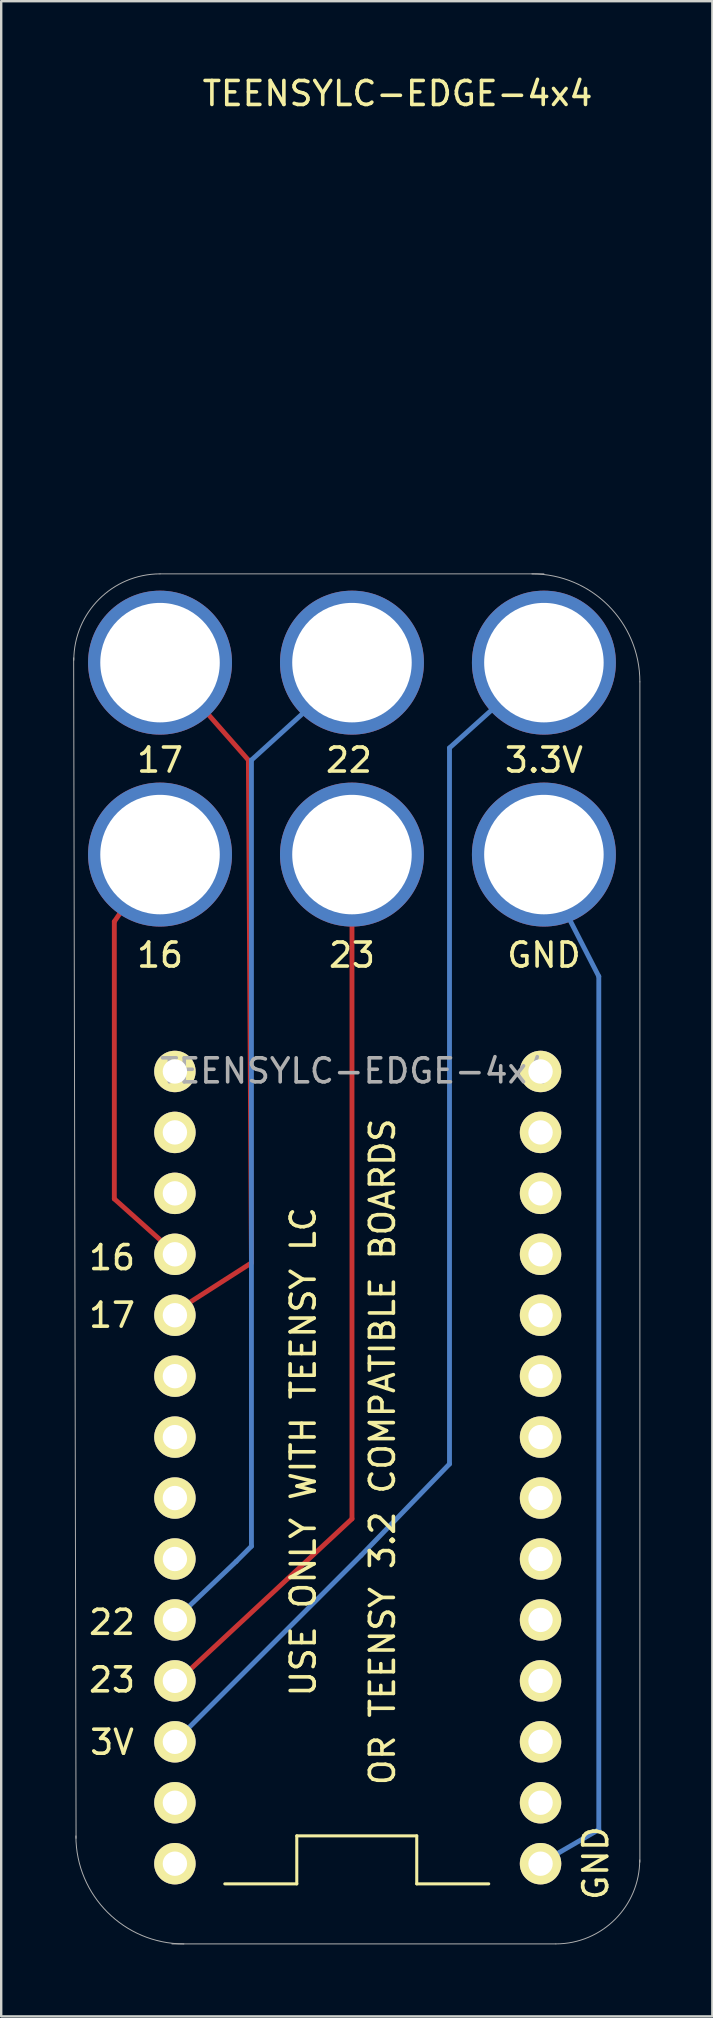
<source format=kicad_pcb>
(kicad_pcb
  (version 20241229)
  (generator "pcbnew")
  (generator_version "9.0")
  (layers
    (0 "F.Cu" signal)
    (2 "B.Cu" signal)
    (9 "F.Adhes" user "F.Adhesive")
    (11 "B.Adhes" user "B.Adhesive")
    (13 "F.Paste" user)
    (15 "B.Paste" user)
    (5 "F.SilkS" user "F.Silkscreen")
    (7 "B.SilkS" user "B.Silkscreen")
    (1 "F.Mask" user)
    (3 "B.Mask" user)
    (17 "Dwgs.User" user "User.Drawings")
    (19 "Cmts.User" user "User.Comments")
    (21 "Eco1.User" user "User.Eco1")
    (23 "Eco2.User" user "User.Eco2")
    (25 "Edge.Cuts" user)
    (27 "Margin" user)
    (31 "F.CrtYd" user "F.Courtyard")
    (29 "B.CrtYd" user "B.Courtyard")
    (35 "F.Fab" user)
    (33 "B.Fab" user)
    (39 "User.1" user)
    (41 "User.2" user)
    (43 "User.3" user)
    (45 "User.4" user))
  (footprint "TEENSYLC-EDGE-4x4"
    (layer "F.Cu")
    (at 3.62 32.568)
    (property "Reference" "TEENSYLC-EDGE-4x4" (at 9.9 -31.72 0) (layer "F.SilkS") (effects (font (size 1 1) (thickness 0.15))))
    (attr through_hole)
    (fp_line (start -1.905 2.794) (end -1.905 14.351) (stroke (width 0.203) (type solid)) (layer "F.Cu"))
    (fp_line (start -1.905 2.794) (end 0 0) (stroke (width 0.203) (type solid)) (layer "F.Cu"))
    (fp_line (start -1.905 14.351) (end 0.508 16.51) (stroke (width 0.203) (type solid)) (layer "F.Cu"))
    (fp_line (start 0.635 19.05) (end 3.81 17.018) (stroke (width 0.203) (type solid)) (layer "F.Cu"))
    (fp_line (start 0.635 34.544) (end 8.001 27.686) (stroke (width 0.203) (type solid)) (layer "F.Cu"))
    (fp_line (start 3.683 -3.937) (end 0 -8.128) (stroke (width 0.203) (type solid)) (layer "F.Cu"))
    (fp_line (start 3.81 17.018) (end 3.683 -3.937) (stroke (width 0.203) (type solid)) (layer "F.Cu"))
    (fp_line (start 8.001 0) (end 8.001 27.686) (stroke (width 0.203) (type solid)) (layer "F.Cu"))
    (fp_line (start 0.635 31.877) (end 3.175 29.464) (stroke (width 0.203) (type solid)) (layer "B.Cu"))
    (fp_line (start 0.635 36.957) (end 8.382 29.21) (stroke (width 0.203) (type solid)) (layer "B.Cu"))
    (fp_line (start 3.175 29.464) (end 3.81 28.829) (stroke (width 0.203) (type solid)) (layer "B.Cu"))
    (fp_line (start 3.81 -3.937) (end 8.001 -7.747) (stroke (width 0.203) (type solid)) (layer "B.Cu"))
    (fp_line (start 3.81 28.829) (end 3.81 -3.937) (stroke (width 0.203) (type solid)) (layer "B.Cu"))
    (fp_line (start 8.382 29.21) (end 12.065 25.4) (stroke (width 0.203) (type solid)) (layer "B.Cu"))
    (fp_line (start 12.065 -4.445) (end 15.875 -7.874) (stroke (width 0.203) (type solid)) (layer "B.Cu"))
    (fp_line (start 12.065 25.4) (end 12.065 -4.445) (stroke (width 0.203) (type solid)) (layer "B.Cu"))
    (fp_line (start 15.748 0.127) (end 18.288 5.08) (stroke (width 0.203) (type solid)) (layer "B.Cu"))
    (fp_line (start 18.288 5.08) (end 18.288 40.64) (stroke (width 0.203) (type solid)) (layer "B.Cu"))
    (fp_line (start 18.288 40.64) (end 15.875 42.037) (stroke (width 0.203) (type solid)) (layer "B.Cu"))
    (fp_line (start 5.7 40.901) (end 5.7 42.901) (stroke (width 0.127) (type solid)) (layer "F.SilkS"))
    (fp_line (start 5.7 42.901) (end 2.7 42.901) (stroke (width 0.127) (type solid)) (layer "F.SilkS"))
    (fp_line (start 10.7 40.901) (end 5.7 40.901) (stroke (width 0.127) (type solid)) (layer "F.SilkS"))
    (fp_line (start 10.7 42.901) (end 10.7 40.901) (stroke (width 0.127) (type solid)) (layer "F.SilkS"))
    (fp_line (start 10.7 42.901) (end 13.7 42.901) (stroke (width 0.127) (type solid)) (layer "F.SilkS"))
    (fp_line (start -3.6 -8.199) (end -3.5 41.001) (stroke (width 0.041) (type solid)) (layer "F.Fab"))
    (fp_line (start 0 -11.699) (end 16 -11.699) (stroke (width 0.041) (type solid)) (layer "F.Fab"))
    (fp_line (start 16.494 45.404) (end 0.494 45.404) (stroke (width 0.041) (type solid)) (layer "F.Fab"))
    (fp_line (start 20 42.001) (end 20 -7.199) (stroke (width 0.041) (type solid)) (layer "F.Fab"))
    (fp_arc (start -3.593716 -8.099005) (mid -2.541521 -10.642367) (end 0 -11.699) (stroke (width 0.04064) (type solid)) (layer "F.Fab"))
    (fp_arc (start 0.993592 45.404468) (mid -2.188389 44.086449) (end -3.506408 40.904468) (stroke (width 0.04064) (type solid)) (layer "F.Fab"))
    (fp_arc (start 15.5 -11.699) (mid 18.681981 -10.380981) (end 20 -7.199) (stroke (width 0.04064) (type solid)) (layer "F.Fab"))
    (fp_arc (start 19.993592 41.904468) (mid 18.970625 44.377181) (end 16.499701 45.404463) (stroke (width 0.04064) (type solid)) (layer "F.Fab"))
    (fp_text user "OR TEENSY 3.2 COMPATIBLE BOARDS" (at 9.271 24.892 90) (layer "F.SilkS") (effects (font (size 1 1) (thickness 0.15))))
    (fp_text user "3V" (at -2 37.001 0) (layer "F.SilkS") (effects (font (size 1 1) (thickness 0.15))))
    (fp_text user "22" (at -2 32.001 0) (layer "F.SilkS") (effects (font (size 1 1) (thickness 0.15))))
    (fp_text user "16" (at 0 4.191 0) (layer "F.SilkS") (effects (font (size 1 1) (thickness 0.15))))
    (fp_text user "3.3V" (at 16.002 -3.937 0) (layer "F.SilkS") (effects (font (size 1 1) (thickness 0.15))))
    (fp_text user "GND" (at 16.002 4.191 0) (layer "F.SilkS") (effects (font (size 1 1) (thickness 0.15))))
    (fp_text user "23" (at -2 34.401 0) (layer "F.SilkS") (effects (font (size 1 1) (thickness 0.15))))
    (fp_text user "17" (at -2 19.201 0) (layer "F.SilkS") (effects (font (size 1 1) (thickness 0.15))))
    (fp_text user "23" (at 8.001 4.191 0) (layer "F.SilkS") (effects (font (size 1 1) (thickness 0.15))))
    (fp_text user "USE ONLY WITH TEENSY LC" (at 5.969 24.892 90) (layer "F.SilkS") (effects (font (size 1 1) (thickness 0.15))))
    (fp_text user "16" (at -2 16.801 0) (layer "F.SilkS") (effects (font (size 1 1) (thickness 0.15))))
    (fp_text user "GND" (at 18.161 42.037 270) (layer "F.SilkS") (effects (font (size 1 1) (thickness 0.15))))
    (fp_text user "17" (at 0 -3.937 0) (layer "F.SilkS") (effects (font (size 1 1) (thickness 0.15))))
    (fp_text user "22" (at 7.874 -3.937 0) (layer "F.SilkS") (effects (font (size 1 1) (thickness 0.15))))
    (fp_text user "${REFERENCE}" (at 8.128 9.017 0) (layer "F.Fab") (effects (font (size 1 1) (thickness 0.15))))
    (pad "0" thru_hole circle (at 15.86 39.521 180) (size 1.727 1.727) (drill 1.016) (layers "*.Cu" "*.Mask" "F.SilkS"))
    (pad "1" thru_hole circle (at 15.86 36.981 180) (size 1.727 1.727) (drill 1.016) (layers "*.Cu" "*.Mask" "F.SilkS"))
    (pad "2" thru_hole circle (at 15.86 34.441 180) (size 1.727 1.727) (drill 1.016) (layers "*.Cu" "*.Mask" "F.SilkS"))
    (pad "3" thru_hole circle (at 15.86 31.901 180) (size 1.727 1.727) (drill 1.016) (layers "*.Cu" "*.Mask" "F.SilkS"))
    (pad "3.3V" thru_hole circle (at 0.62 36.981 180) (size 1.727 1.727) (drill 1.016) (layers "*.Cu" "*.Mask" "F.SilkS"))
    (pad "3.3V" thru_hole circle (at 16 -7.999) (size 6 6) (drill 4.98) (layers "*.Cu" "*.Mask"))
    (pad "4" thru_hole circle (at 15.86 29.361 180) (size 1.727 1.727) (drill 1.016) (layers "*.Cu" "*.Mask" "F.SilkS"))
    (pad "5" thru_hole circle (at 15.86 26.821 180) (size 1.727 1.727) (drill 1.016) (layers "*.Cu" "*.Mask" "F.SilkS"))
    (pad "6" thru_hole circle (at 15.86 24.281 180) (size 1.727 1.727) (drill 1.016) (layers "*.Cu" "*.Mask" "F.SilkS"))
    (pad "7" thru_hole circle (at 15.86 21.741 180) (size 1.727 1.727) (drill 1.016) (layers "*.Cu" "*.Mask" "F.SilkS"))
    (pad "8" thru_hole circle (at 15.86 19.201 180) (size 1.727 1.727) (drill 1.016) (layers "*.Cu" "*.Mask" "F.SilkS"))
    (pad "9" thru_hole circle (at 15.86 16.661 180) (size 1.727 1.727) (drill 1.016) (layers "*.Cu" "*.Mask" "F.SilkS"))
    (pad "10" thru_hole circle (at 15.86 14.121 180) (size 1.727 1.727) (drill 1.016) (layers "*.Cu" "*.Mask" "F.SilkS"))
    (pad "11" thru_hole circle (at 15.86 11.581 180) (size 1.727 1.727) (drill 1.016) (layers "*.Cu" "*.Mask" "F.SilkS"))
    (pad "12" thru_hole circle (at 15.86 9.041 180) (size 1.727 1.727) (drill 1.016) (layers "*.Cu" "*.Mask" "F.SilkS"))
    (pad "13" thru_hole circle (at 0.62 9.041 180) (size 1.727 1.727) (drill 1.016) (layers "*.Cu" "*.Mask" "F.SilkS"))
    (pad "14" thru_hole circle (at 0.62 11.581 180) (size 1.727 1.727) (drill 1.016) (layers "*.Cu" "*.Mask" "F.SilkS"))
    (pad "15" thru_hole circle (at 0.62 14.121 180) (size 1.727 1.727) (drill 1.016) (layers "*.Cu" "*.Mask" "F.SilkS"))
    (pad "16" thru_hole circle (at 0 0.001) (size 6 6) (drill 4.98) (layers "*.Cu" "*.Mask"))
    (pad "16" thru_hole circle (at 0.62 16.661 180) (size 1.727 1.727) (drill 1.016) (layers "*.Cu" "*.Mask" "F.SilkS"))
    (pad "17" thru_hole circle (at 0 -7.999) (size 6 6) (drill 4.98) (layers "*.Cu" "*.Mask"))
    (pad "17" thru_hole circle (at 0.62 19.201 180) (size 1.727 1.727) (drill 1.016) (layers "*.Cu" "*.Mask" "F.SilkS"))
    (pad "18" thru_hole circle (at 0.62 21.741 180) (size 1.727 1.727) (drill 1.016) (layers "*.Cu" "*.Mask" "F.SilkS"))
    (pad "19" thru_hole circle (at 0.62 24.281 180) (size 1.727 1.727) (drill 1.016) (layers "*.Cu" "*.Mask" "F.SilkS"))
    (pad "20" thru_hole circle (at 0.62 26.821 180) (size 1.727 1.727) (drill 1.016) (layers "*.Cu" "*.Mask" "F.SilkS"))
    (pad "21" thru_hole circle (at 0.62 29.361 180) (size 1.727 1.727) (drill 1.016) (layers "*.Cu" "*.Mask" "F.SilkS"))
    (pad "22" thru_hole circle (at 0.62 31.901 180) (size 1.727 1.727) (drill 1.016) (layers "*.Cu" "*.Mask" "F.SilkS"))
    (pad "22" thru_hole circle (at 8 -7.999) (size 6 6) (drill 4.98) (layers "*.Cu" "*.Mask"))
    (pad "23" thru_hole circle (at 0.62 34.441 180) (size 1.727 1.727) (drill 1.016) (layers "*.Cu" "*.Mask" "F.SilkS"))
    (pad "23" thru_hole circle (at 8 0.001) (size 6 6) (drill 4.98) (layers "*.Cu" "*.Mask"))
    (pad "G3" thru_hole circle (at 0.62 39.521 180) (size 1.727 1.727) (drill 1.016) (layers "*.Cu" "*.Mask" "F.SilkS"))
    (pad "GND" thru_hole circle (at 15.86 42.061 180) (size 1.727 1.727) (drill 1.016) (layers "*.Cu" "*.Mask" "F.SilkS"))
    (pad "GND" thru_hole circle (at 16 0.001) (size 6 6) (drill 4.98) (layers "*.Cu" "*.Mask"))
    (pad "VIN" thru_hole circle (at 0.62 42.061 180) (size 1.727 1.727) (drill 1.016) (layers "*.Cu" "*.Mask" "F.SilkS")))
  (gr_rect
    (start -3 -3)
    (end 26.641 80.993)
    (stroke (width 0.1) (type default))
    (fill no)
    (layer "Edge.Cuts")))
</source>
